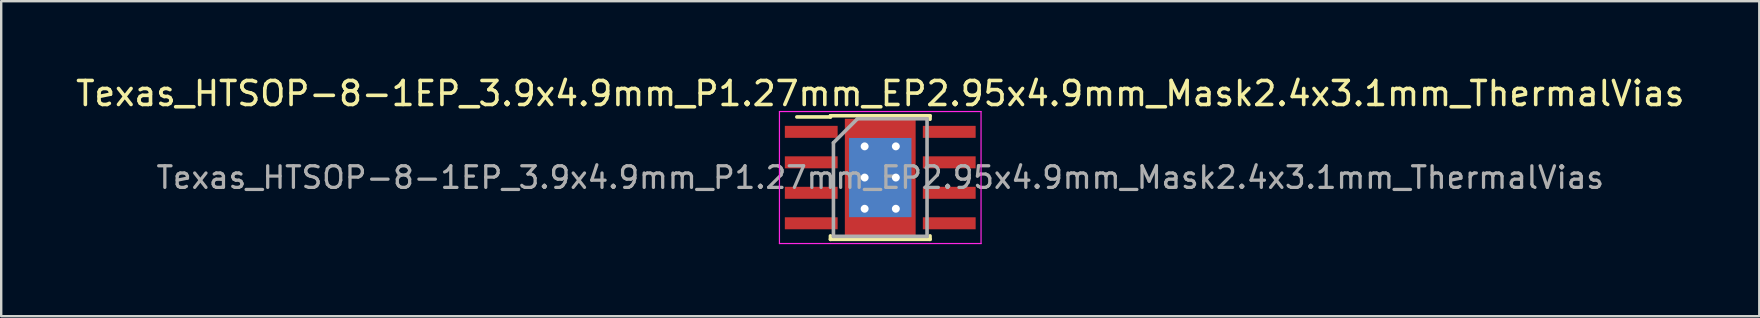
<source format=kicad_pcb>
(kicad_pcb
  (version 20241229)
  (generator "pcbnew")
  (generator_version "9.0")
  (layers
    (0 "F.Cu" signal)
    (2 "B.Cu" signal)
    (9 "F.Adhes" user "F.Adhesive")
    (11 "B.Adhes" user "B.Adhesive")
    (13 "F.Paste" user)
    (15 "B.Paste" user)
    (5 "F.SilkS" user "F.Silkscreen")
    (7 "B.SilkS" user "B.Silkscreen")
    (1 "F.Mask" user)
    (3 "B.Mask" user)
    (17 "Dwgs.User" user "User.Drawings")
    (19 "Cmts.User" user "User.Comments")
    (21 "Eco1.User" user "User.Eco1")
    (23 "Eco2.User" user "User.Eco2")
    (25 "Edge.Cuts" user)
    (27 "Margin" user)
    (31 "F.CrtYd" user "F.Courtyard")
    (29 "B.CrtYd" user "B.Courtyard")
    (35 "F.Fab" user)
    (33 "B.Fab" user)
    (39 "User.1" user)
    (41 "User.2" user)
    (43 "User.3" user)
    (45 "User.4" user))
  (footprint "Texas_HTSOP-8-1EP_3.9x4.9mm_P1.27mm_EP2.95x4.9mm_Mask2.4x3.1mm_ThermalVias"
    (layer "F.Cu")
    (at 33.625 4.348)
    (property "Reference" "Texas_HTSOP-8-1EP_3.9x4.9mm_P1.27mm_EP2.95x4.9mm_Mask2.4x3.1mm_ThermalVias" (at 0 -3.5 180) (layer "F.SilkS") (effects (font (size 1 1) (thickness 0.15))))
    (attr smd)
    (fp_line (start -2.075 -2.575) (end -2.075 -2.525) (stroke (width 0.15) (type solid)) (layer "F.SilkS"))
    (fp_line (start -2.075 -2.575) (end 2.075 -2.575) (stroke (width 0.15) (type solid)) (layer "F.SilkS"))
    (fp_line (start -2.075 -2.525) (end -3.475 -2.525) (stroke (width 0.15) (type solid)) (layer "F.SilkS"))
    (fp_line (start -2.075 2.575) (end -2.075 2.43) (stroke (width 0.15) (type solid)) (layer "F.SilkS"))
    (fp_line (start -2.075 2.575) (end 2.075 2.575) (stroke (width 0.15) (type solid)) (layer "F.SilkS"))
    (fp_line (start 2.075 -2.575) (end 2.075 -2.43) (stroke (width 0.15) (type solid)) (layer "F.SilkS"))
    (fp_line (start 2.075 2.575) (end 2.075 2.43) (stroke (width 0.15) (type solid)) (layer "F.SilkS"))
    (fp_line (start -4.2 -2.75) (end -4.2 2.75) (stroke (width 0.05) (type solid)) (layer "F.CrtYd"))
    (fp_line (start -4.2 -2.75) (end 4.2 -2.75) (stroke (width 0.05) (type solid)) (layer "F.CrtYd"))
    (fp_line (start -4.2 2.75) (end 4.2 2.75) (stroke (width 0.05) (type solid)) (layer "F.CrtYd"))
    (fp_line (start 4.2 -2.75) (end 4.2 2.75) (stroke (width 0.05) (type solid)) (layer "F.CrtYd"))
    (fp_line (start -1.95 -1.45) (end -0.95 -2.45) (stroke (width 0.15) (type solid)) (layer "F.Fab"))
    (fp_line (start -1.95 2.45) (end -1.95 -1.45) (stroke (width 0.15) (type solid)) (layer "F.Fab"))
    (fp_line (start -0.95 -2.45) (end 1.95 -2.45) (stroke (width 0.15) (type solid)) (layer "F.Fab"))
    (fp_line (start 1.95 -2.45) (end 1.95 2.45) (stroke (width 0.15) (type solid)) (layer "F.Fab"))
    (fp_line (start 1.95 2.45) (end -1.95 2.45) (stroke (width 0.15) (type solid)) (layer "F.Fab"))
    (fp_text user "${REFERENCE}" (at 0 0 180) (layer "F.Fab") (effects (font (size 0.9 0.9) (thickness 0.135))))
    (pad "" smd rect (at 0 0) (size 2.4 3.1) (layers "F.Mask"))
    (pad "" smd rect (at 0 0) (size 2.4 3.1) (layers "F.Paste"))
    (pad "1" smd rect (at -2.875 -1.905) (size 2.2 0.5) (layers "F.Cu" "F.Mask" "F.Paste"))
    (pad "2" smd rect (at -2.875 -0.635) (size 2.2 0.5) (layers "F.Cu" "F.Mask" "F.Paste"))
    (pad "3" smd rect (at -2.875 0.635) (size 2.2 0.5) (layers "F.Cu" "F.Mask" "F.Paste"))
    (pad "4" smd rect (at -2.875 1.905) (size 2.2 0.5) (layers "F.Cu" "F.Mask" "F.Paste"))
    (pad "5" smd rect (at 2.875 1.905) (size 2.2 0.5) (layers "F.Cu" "F.Mask" "F.Paste"))
    (pad "6" smd rect (at 2.875 0.635) (size 2.2 0.5) (layers "F.Cu" "F.Mask" "F.Paste"))
    (pad "7" smd rect (at 2.875 -0.635) (size 2.2 0.5) (layers "F.Cu" "F.Mask" "F.Paste"))
    (pad "8" smd rect (at 2.875 -1.905) (size 2.2 0.5) (layers "F.Cu" "F.Mask" "F.Paste"))
    (pad "9" thru_hole circle (at -0.65 -1.3) (size 0.63 0.63) (drill 0.33) (layers "*.Cu" "*.Mask"))
    (pad "9" thru_hole circle (at -0.65 0) (size 0.63 0.63) (drill 0.33) (layers "*.Cu" "*.Mask"))
    (pad "9" thru_hole circle (at -0.65 1.3) (size 0.63 0.63) (drill 0.33) (layers "*.Cu" "*.Mask"))
    (pad "9" smd rect (at 0 0) (size 2.6 3.3) (property pad_prop_heatsink) (layers "B.Cu"))
    (pad "9" smd rect (at 0 0) (size 2.95 4.9) (property pad_prop_heatsink) (layers "F.Cu"))
    (pad "9" thru_hole circle (at 0.65 -1.3) (size 0.63 0.63) (drill 0.33) (layers "*.Cu" "*.Mask"))
    (pad "9" thru_hole circle (at 0.65 0) (size 0.63 0.63) (drill 0.33) (layers "*.Cu" "*.Mask"))
    (pad "9" thru_hole circle (at 0.65 1.3) (size 0.63 0.63) (drill 0.33) (layers "*.Cu" "*.Mask")))
  (gr_rect
    (start -3 -3)
    (end 70.25 10.123)
    (stroke (width 0.1) (type default))
    (fill no)
    (layer "Edge.Cuts")))
</source>
